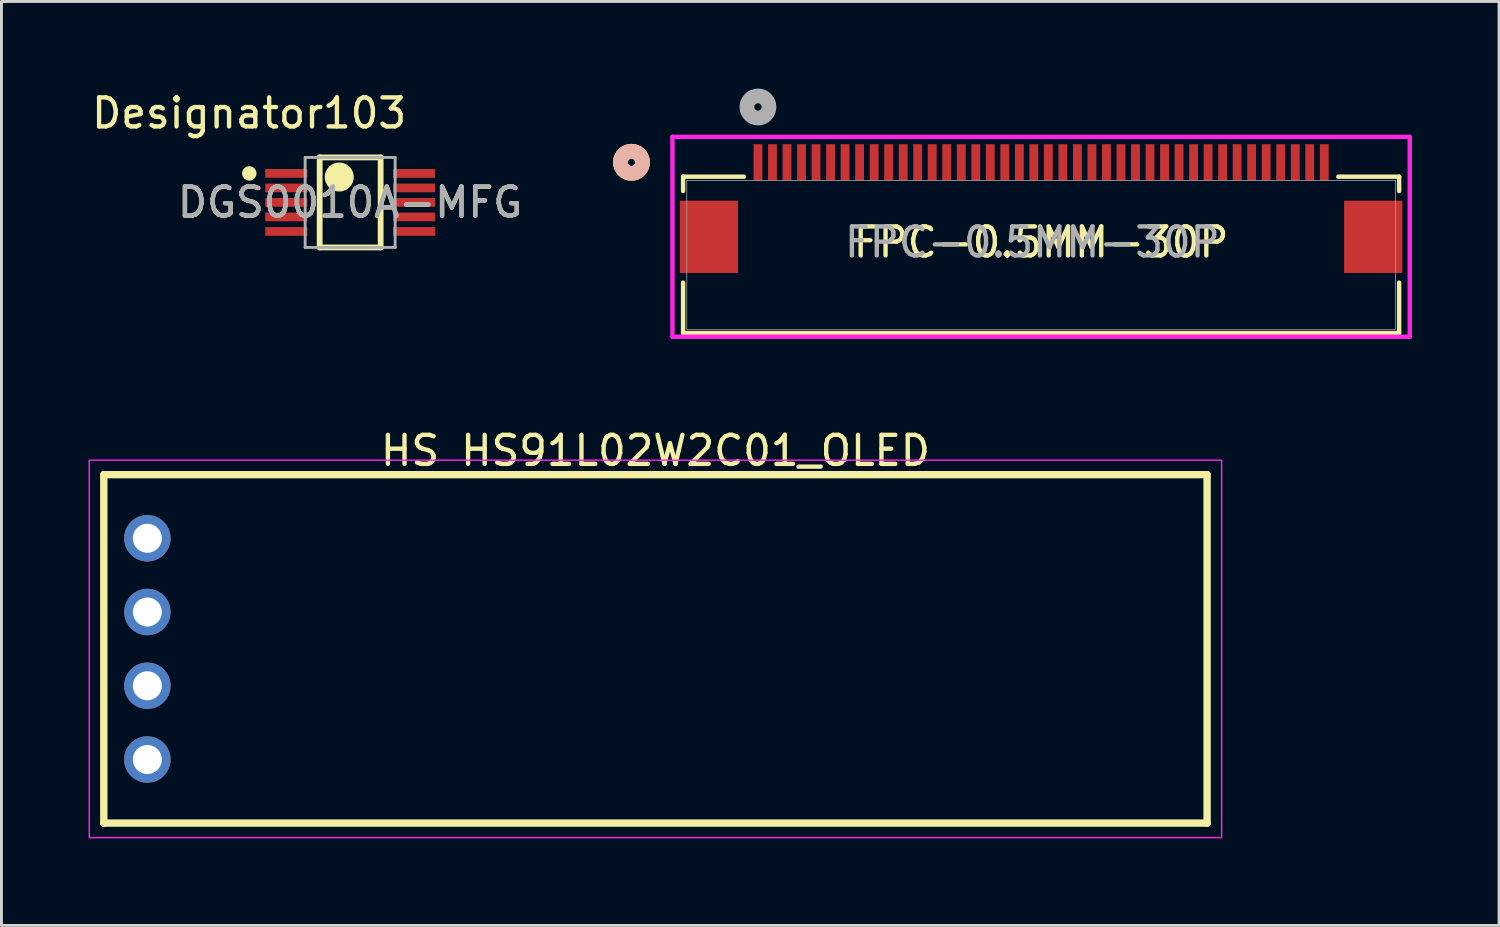
<source format=kicad_pcb>
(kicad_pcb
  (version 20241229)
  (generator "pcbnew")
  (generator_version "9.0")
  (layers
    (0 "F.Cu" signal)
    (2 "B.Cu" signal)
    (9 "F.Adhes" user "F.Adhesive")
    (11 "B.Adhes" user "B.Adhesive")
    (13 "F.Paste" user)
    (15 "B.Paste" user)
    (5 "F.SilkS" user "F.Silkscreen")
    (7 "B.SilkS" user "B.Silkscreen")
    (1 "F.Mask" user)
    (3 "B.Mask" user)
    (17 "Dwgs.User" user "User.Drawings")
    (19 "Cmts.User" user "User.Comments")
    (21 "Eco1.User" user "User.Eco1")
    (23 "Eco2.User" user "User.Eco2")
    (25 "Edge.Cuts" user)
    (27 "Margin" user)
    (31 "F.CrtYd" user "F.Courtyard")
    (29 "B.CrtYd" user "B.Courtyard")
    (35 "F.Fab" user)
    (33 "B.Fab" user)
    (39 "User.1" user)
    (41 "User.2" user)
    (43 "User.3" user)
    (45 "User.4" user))
  (footprint "FPC-0.5MM-30P"
    (layer "F.Cu")
    (at 32.611 5.293)
    (property "Reference" "FPC-0.5MM-30P" (at 0.197 0 0) (unlocked yes) (layer "F.SilkS") (effects (font (size 1 1) (thickness 0.15))))
    (attr smd)
    (fp_line (start -12.134 -2.258) (end -12.134 -1.764) (stroke (width 0.152) (type solid)) (layer "F.SilkS"))
    (fp_line (start -12.134 1.391) (end -12.134 3.127) (stroke (width 0.152) (type solid)) (layer "F.SilkS"))
    (fp_line (start -12.134 3.127) (end 12.529 3.127) (stroke (width 0.152) (type solid)) (layer "F.SilkS"))
    (fp_line (start -10.04 -2.258) (end -12.134 -2.258) (stroke (width 0.152) (type solid)) (layer "F.SilkS"))
    (fp_line (start 12.529 -2.258) (end 10.435 -2.258) (stroke (width 0.152) (type solid)) (layer "F.SilkS"))
    (fp_line (start 12.529 -1.764) (end 12.529 -2.258) (stroke (width 0.152) (type solid)) (layer "F.SilkS"))
    (fp_line (start 12.529 3.127) (end 12.529 1.391) (stroke (width 0.152) (type solid)) (layer "F.SilkS"))
    (fp_circle (center -13.912 -2.753) (end -13.531 -2.753) (stroke (width 0.508) (type solid)) (fill no) (layer "F.SilkS"))
    (fp_circle (center -13.912 -2.753) (end -13.531 -2.753) (stroke (width 0.508) (type solid)) (fill no) (layer "B.SilkS"))
    (fp_line (start -12.5 -3.629) (end -12.5 3.254) (stroke (width 0.152) (type solid)) (layer "F.CrtYd"))
    (fp_line (start -12.5 3.254) (end 12.895 3.254) (stroke (width 0.152) (type solid)) (layer "F.CrtYd"))
    (fp_line (start 12.895 -3.629) (end -12.5 -3.629) (stroke (width 0.152) (type solid)) (layer "F.CrtYd"))
    (fp_line (start 12.895 3.254) (end 12.895 -3.629) (stroke (width 0.152) (type solid)) (layer "F.CrtYd"))
    (fp_line (start -12.007 -2.131) (end -12.007 3) (stroke (width 0.025) (type solid)) (layer "F.Fab"))
    (fp_line (start -12.007 3) (end 12.402 3) (stroke (width 0.025) (type solid)) (layer "F.Fab"))
    (fp_line (start 12.402 -2.131) (end -12.007 -2.131) (stroke (width 0.025) (type solid)) (layer "F.Fab"))
    (fp_line (start 12.402 3) (end 12.402 -2.131) (stroke (width 0.025) (type solid)) (layer "F.Fab"))
    (fp_circle (center -9.555 -4.658) (end -9.174 -4.658) (stroke (width 0.508) (type solid)) (fill no) (layer "F.Fab"))
    (fp_text user "${REFERENCE}" (at -0.105 0 0) (unlocked yes) (layer "F.Fab") (effects (font (size 1 1) (thickness 0.15))))
    (pad "1" smd rect (at -9.555 -2.753) (size 0.305 1.245) (layers "F.Cu" "F.Mask" "F.Paste"))
    (pad "2" smd rect (at -9.055 -2.753) (size 0.305 1.245) (layers "F.Cu" "F.Mask" "F.Paste"))
    (pad "3" smd rect (at -8.555 -2.753) (size 0.305 1.245) (layers "F.Cu" "F.Mask" "F.Paste"))
    (pad "4" smd rect (at -8.055 -2.753) (size 0.305 1.245) (layers "F.Cu" "F.Mask" "F.Paste"))
    (pad "5" smd rect (at -7.555 -2.753) (size 0.305 1.245) (layers "F.Cu" "F.Mask" "F.Paste"))
    (pad "6" smd rect (at -7.055 -2.753) (size 0.305 1.245) (layers "F.Cu" "F.Mask" "F.Paste"))
    (pad "7" smd rect (at -6.554 -2.753) (size 0.305 1.245) (layers "F.Cu" "F.Mask" "F.Paste"))
    (pad "8" smd rect (at -6.054 -2.753) (size 0.305 1.245) (layers "F.Cu" "F.Mask" "F.Paste"))
    (pad "9" smd rect (at -5.554 -2.753) (size 0.305 1.245) (layers "F.Cu" "F.Mask" "F.Paste"))
    (pad "10" smd rect (at -5.054 -2.753) (size 0.305 1.245) (layers "F.Cu" "F.Mask" "F.Paste"))
    (pad "11" smd rect (at -4.554 -2.753) (size 0.305 1.245) (layers "F.Cu" "F.Mask" "F.Paste"))
    (pad "12" smd rect (at -4.054 -2.753) (size 0.305 1.245) (layers "F.Cu" "F.Mask" "F.Paste"))
    (pad "13" smd rect (at -3.554 -2.753) (size 0.305 1.245) (layers "F.Cu" "F.Mask" "F.Paste"))
    (pad "14" smd rect (at -3.054 -2.753) (size 0.305 1.245) (layers "F.Cu" "F.Mask" "F.Paste"))
    (pad "15" smd rect (at -2.553 -2.753) (size 0.305 1.245) (layers "F.Cu" "F.Mask" "F.Paste"))
    (pad "16" smd rect (at -2.053 -2.753) (size 0.305 1.245) (layers "F.Cu" "F.Mask" "F.Paste"))
    (pad "17" smd rect (at -1.553 -2.753) (size 0.305 1.245) (layers "F.Cu" "F.Mask" "F.Paste"))
    (pad "18" smd rect (at -1.053 -2.753) (size 0.305 1.245) (layers "F.Cu" "F.Mask" "F.Paste"))
    (pad "19" smd rect (at -0.553 -2.753) (size 0.305 1.245) (layers "F.Cu" "F.Mask" "F.Paste"))
    (pad "20" smd rect (at -0.053 -2.753) (size 0.305 1.245) (layers "F.Cu" "F.Mask" "F.Paste"))
    (pad "21" smd rect (at 0.447 -2.753) (size 0.305 1.245) (layers "F.Cu" "F.Mask" "F.Paste"))
    (pad "22" smd rect (at 0.947 -2.753) (size 0.305 1.245) (layers "F.Cu" "F.Mask" "F.Paste"))
    (pad "23" smd rect (at 1.448 -2.753) (size 0.305 1.245) (layers "F.Cu" "F.Mask" "F.Paste"))
    (pad "24" smd rect (at 1.948 -2.753) (size 0.305 1.245) (layers "F.Cu" "F.Mask" "F.Paste"))
    (pad "25" smd rect (at 2.448 -2.753) (size 0.305 1.245) (layers "F.Cu" "F.Mask" "F.Paste"))
    (pad "26" smd rect (at 2.948 -2.753) (size 0.305 1.245) (layers "F.Cu" "F.Mask" "F.Paste"))
    (pad "27" smd rect (at 3.448 -2.753) (size 0.305 1.245) (layers "F.Cu" "F.Mask" "F.Paste"))
    (pad "28" smd rect (at 3.948 -2.753) (size 0.305 1.245) (layers "F.Cu" "F.Mask" "F.Paste"))
    (pad "29" smd rect (at 4.448 -2.753) (size 0.305 1.245) (layers "F.Cu" "F.Mask" "F.Paste"))
    (pad "30" smd rect (at 4.948 -2.753) (size 0.305 1.245) (layers "F.Cu" "F.Mask" "F.Paste"))
    (pad "31" smd rect (at 5.449 -2.753) (size 0.305 1.245) (layers "F.Cu" "F.Mask" "F.Paste"))
    (pad "32" smd rect (at 5.949 -2.753) (size 0.305 1.245) (layers "F.Cu" "F.Mask" "F.Paste"))
    (pad "33" smd rect (at 6.449 -2.753) (size 0.305 1.245) (layers "F.Cu" "F.Mask" "F.Paste"))
    (pad "34" smd rect (at 6.949 -2.753) (size 0.305 1.245) (layers "F.Cu" "F.Mask" "F.Paste"))
    (pad "35" smd rect (at 7.449 -2.753) (size 0.305 1.245) (layers "F.Cu" "F.Mask" "F.Paste"))
    (pad "36" smd rect (at 7.949 -2.753) (size 0.305 1.245) (layers "F.Cu" "F.Mask" "F.Paste"))
    (pad "37" smd rect (at 8.449 -2.753) (size 0.305 1.245) (layers "F.Cu" "F.Mask" "F.Paste"))
    (pad "38" smd rect (at 8.95 -2.753) (size 0.305 1.245) (layers "F.Cu" "F.Mask" "F.Paste"))
    (pad "39" smd rect (at 9.45 -2.753) (size 0.305 1.245) (layers "F.Cu" "F.Mask" "F.Paste"))
    (pad "40" smd rect (at 9.95 -2.753) (size 0.305 1.245) (layers "F.Cu" "F.Mask" "F.Paste"))
    (pad "41" smd rect (at -11.243 -0.186) (size 2.007 2.489) (layers "F.Cu" "F.Mask" "F.Paste"))
    (pad "42" smd rect (at 11.637 -0.186) (size 2.007 2.489) (layers "F.Cu" "F.Mask" "F.Paste")))
  (footprint "DGS0010A-MFG"
    (layer "F.Cu")
    (at 9.01 3.922)
    (property "Reference" "DGS0010A-MFG" (at 0 0 0) (unlocked yes) (layer "F.SilkS") (effects (font (size 1 1) (thickness 0.15))))
    (attr smd)
    (fp_line (start -1.05 -1.55) (end 1.05 -1.55) (stroke (width 0.2) (type solid)) (layer "F.SilkS"))
    (fp_line (start -1.05 1.55) (end -1.05 -1.55) (stroke (width 0.2) (type solid)) (layer "F.SilkS"))
    (fp_line (start -1.05 1.55) (end 1.05 1.55) (stroke (width 0.2) (type solid)) (layer "F.SilkS"))
    (fp_line (start 1.05 1.55) (end 1.05 -1.55) (stroke (width 0.2) (type solid)) (layer "F.SilkS"))
    (fp_circle (center -3.475 -1) (end -3.35 -1) (stroke (width 0.25) (type solid)) (fill no) (layer "F.SilkS"))
    (fp_circle (center -0.375 -0.875) (end -0.125 -0.875) (stroke (width 0.5) (type solid)) (fill no) (layer "F.SilkS"))
    (fp_line (start -1.55 -1.55) (end 1.55 -1.55) (stroke (width 0.1) (type solid)) (layer "F.Fab"))
    (fp_line (start -1.55 1.55) (end -1.55 -1.55) (stroke (width 0.1) (type solid)) (layer "F.Fab"))
    (fp_line (start -1.55 1.55) (end 1.55 1.55) (stroke (width 0.1) (type solid)) (layer "F.Fab"))
    (fp_line (start 1.55 1.55) (end 1.55 -1.55) (stroke (width 0.1) (type solid)) (layer "F.Fab"))
    (fp_text user "Designator103" (at -3.48 -3.073 0) (unlocked yes) (layer "F.SilkS") (effects (font (size 1 1) (thickness 0.15))))
    (fp_text user "${REFERENCE}" (at 0 0 0) (unlocked yes) (layer "F.Fab") (effects (font (size 1 1) (thickness 0.15))))
    (pad "1" smd rect (at -2.2 -1) (size 1.45 0.3) (layers "F.Cu" "F.Mask" "F.Paste"))
    (pad "2" smd rect (at -2.2 -0.5) (size 1.45 0.3) (layers "F.Cu" "F.Mask" "F.Paste"))
    (pad "3" smd rect (at -2.2 0) (size 1.45 0.3) (layers "F.Cu" "F.Mask" "F.Paste"))
    (pad "4" smd rect (at -2.2 0.5) (size 1.45 0.3) (layers "F.Cu" "F.Mask" "F.Paste"))
    (pad "5" smd rect (at -2.2 1) (size 1.45 0.3) (layers "F.Cu" "F.Mask" "F.Paste"))
    (pad "6" smd rect (at 2.2 1) (size 1.45 0.3) (layers "F.Cu" "F.Mask" "F.Paste"))
    (pad "7" smd rect (at 2.2 0.5) (size 1.45 0.3) (layers "F.Cu" "F.Mask" "F.Paste"))
    (pad "8" smd rect (at 2.2 0) (size 1.45 0.3) (layers "F.Cu" "F.Mask" "F.Paste"))
    (pad "9" smd rect (at 2.2 -0.5) (size 1.45 0.3) (layers "F.Cu" "F.Mask" "F.Paste"))
    (pad "10" smd rect (at 2.2 -1) (size 1.45 0.3) (layers "F.Cu" "F.Mask" "F.Paste")))
  (footprint "HS HS91L02W2C01_OLED"
    (layer "F.Cu")
    (at 19.525 19.299)
    (property "Reference" "HS HS91L02W2C01_OLED" (at 0 -6.827 0) (layer "F.SilkS") (effects (font (size 1 1) (thickness 0.15))))
    (fp_line (start -19 -6) (end 19 -6) (stroke (width 0.254) (type default)) (layer "F.SilkS"))
    (fp_line (start -19 6) (end -19 -6) (stroke (width 0.254) (type default)) (layer "F.SilkS"))
    (fp_line (start 19 -6) (end 19 6) (stroke (width 0.254) (type default)) (layer "F.SilkS"))
    (fp_line (start 19 6) (end -19 6) (stroke (width 0.254) (type default)) (layer "F.SilkS"))
    (fp_rect (start -19.5 -6.5) (end 19.5 6.5) (stroke (width 0.05) (type default)) (fill no) (layer "F.CrtYd"))
    (fp_line (start -19 -6) (end -19 6) (stroke (width 0.051) (type default)) (layer "User.2"))
    (fp_line (start -19 6) (end 19 6) (stroke (width 0.051) (type default)) (layer "User.2"))
    (fp_line (start 19 -6) (end -19 -6) (stroke (width 0.051) (type default)) (layer "User.2"))
    (fp_line (start 19 6) (end 19 -6) (stroke (width 0.051) (type default)) (layer "User.2"))
    (pad "1" thru_hole circle (at -17.5 3.81) (size 1.6 1.6) (drill 1) (layers "*.Cu" "*.Mask"))
    (pad "2" thru_hole circle (at -17.5 1.27) (size 1.6 1.6) (drill 1) (layers "*.Cu" "*.Mask"))
    (pad "3" thru_hole circle (at -17.5 -1.27) (size 1.6 1.6) (drill 1) (layers "*.Cu" "*.Mask"))
    (pad "4" thru_hole circle (at -17.5 -3.81) (size 1.6 1.6) (drill 1) (layers "*.Cu" "*.Mask")))
  (gr_rect
    (start -3 -3)
    (end 48.581 28.824)
    (stroke (width 0.1) (type default))
    (fill no)
    (layer "Edge.Cuts")))
</source>
